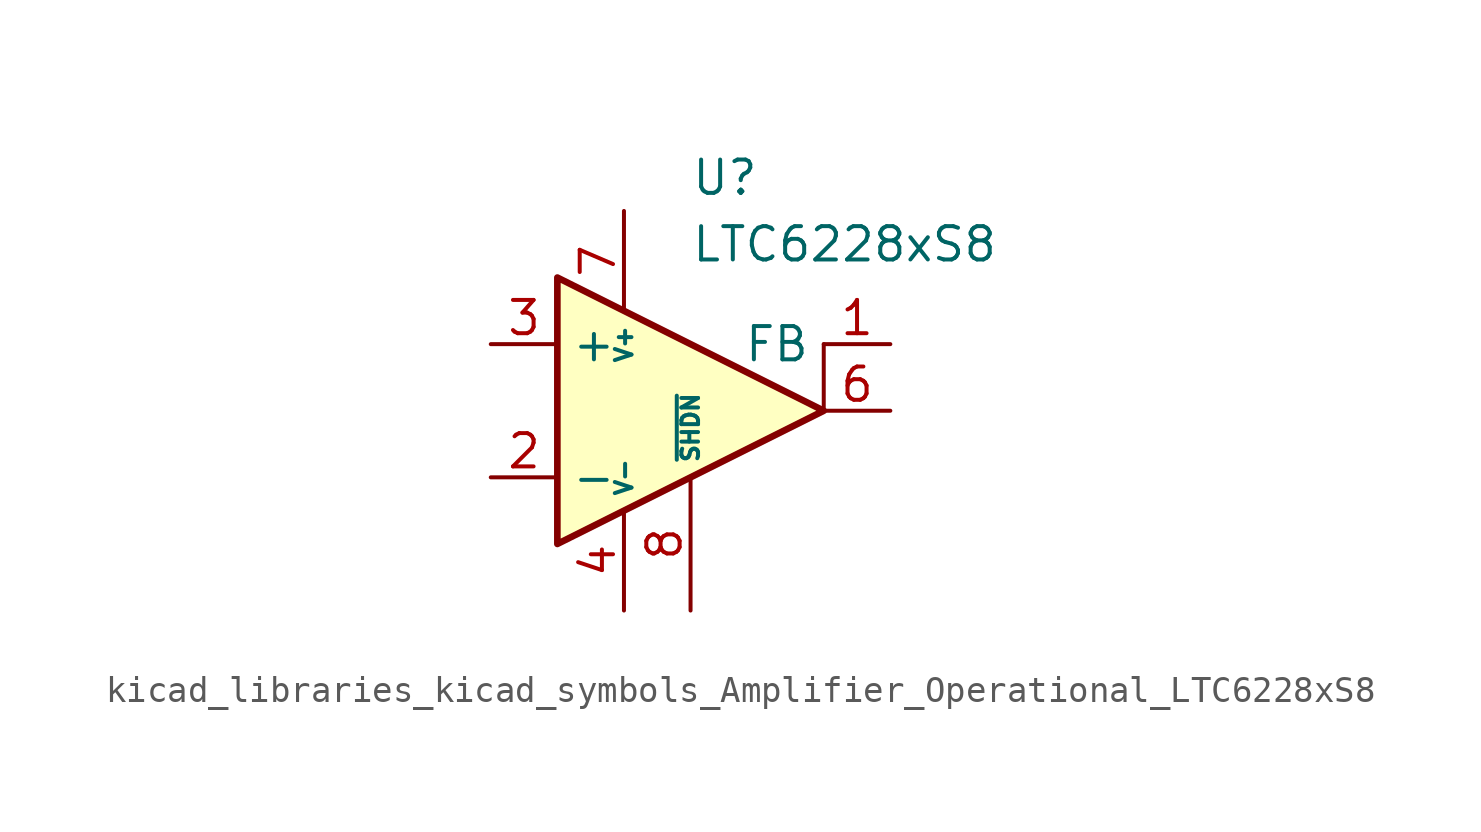
<source format=kicad_sym>
(kicad_symbol_lib
  (version 20220914)
  (generator kicad_symbol_editor)
  (symbol "kicad_libraries_kicad_symbols_Amplifier_Operational_LTC6228xS8"
    (property "Reference" "U"
      (at 0 8.89 0)
      (effects (font (size 1.27 1.27)) (justify left)))
    (property "Value" "LTC6228xS8"
      (at 0 6.35 0)
      (effects (font (size 1.27 1.27)) (justify left)))
    (symbol "kicad_libraries_kicad_symbols_Amplifier_Operational_LTC6228xS8_0_1"
      (polyline (pts (xy 5.08 0) (xy 5.08 2.54)) (stroke (width 0.152) (type default)) (fill (type none)))
      (polyline (pts (xy 5.08 0) (xy -5.08 5.08) (xy -5.08 -5.08) (xy 5.08 0)) (stroke (width 0.254) (type default)) (fill (type background))))
    (symbol "kicad_libraries_kicad_symbols_Amplifier_Operational_LTC6228xS8_1_1"
      (pin output line (at 7.62 2.54 180) (length 2.54) (name "FB" (effects (font (size 1.27 1.27)))) (number "1" (effects (font (size 1.27 1.27)))))
      (pin input line (at -7.62 -2.54 0) (length 2.54) (name "-" (effects (font (size 1.27 1.27)))) (number "2" (effects (font (size 1.27 1.27)))))
      (pin input line (at -7.62 2.54 0) (length 2.54) (name "+" (effects (font (size 1.27 1.27)))) (number "3" (effects (font (size 1.27 1.27)))))
      (pin power_in line (at -2.54 -7.62 90) (length 3.81) (name "V-" (effects (font (size 0.635 0.635)))) (number "4" (effects (font (size 1.27 1.27)))))
      (pin passive line (at -2.54 -7.62 90) (length 3.81) hide (name "V-" (effects (font (size 0.635 0.635)))) (number "5" (effects (font (size 1.27 1.27)))))
      (pin output line (at 7.62 0 180) (length 2.54) (name "~" (effects (font (size 1.27 1.27)))) (number "6" (effects (font (size 1.27 1.27)))))
      (pin power_in line (at -2.54 7.62 270) (length 3.81) (name "V+" (effects (font (size 0.635 0.635)))) (number "7" (effects (font (size 1.27 1.27)))))
      (pin input line (at 0 -7.62 90) (length 5.08) (name "~{SHDN}" (effects (font (size 0.635 0.635)))) (number "8" (effects (font (size 1.27 1.27))))))))
</source>
